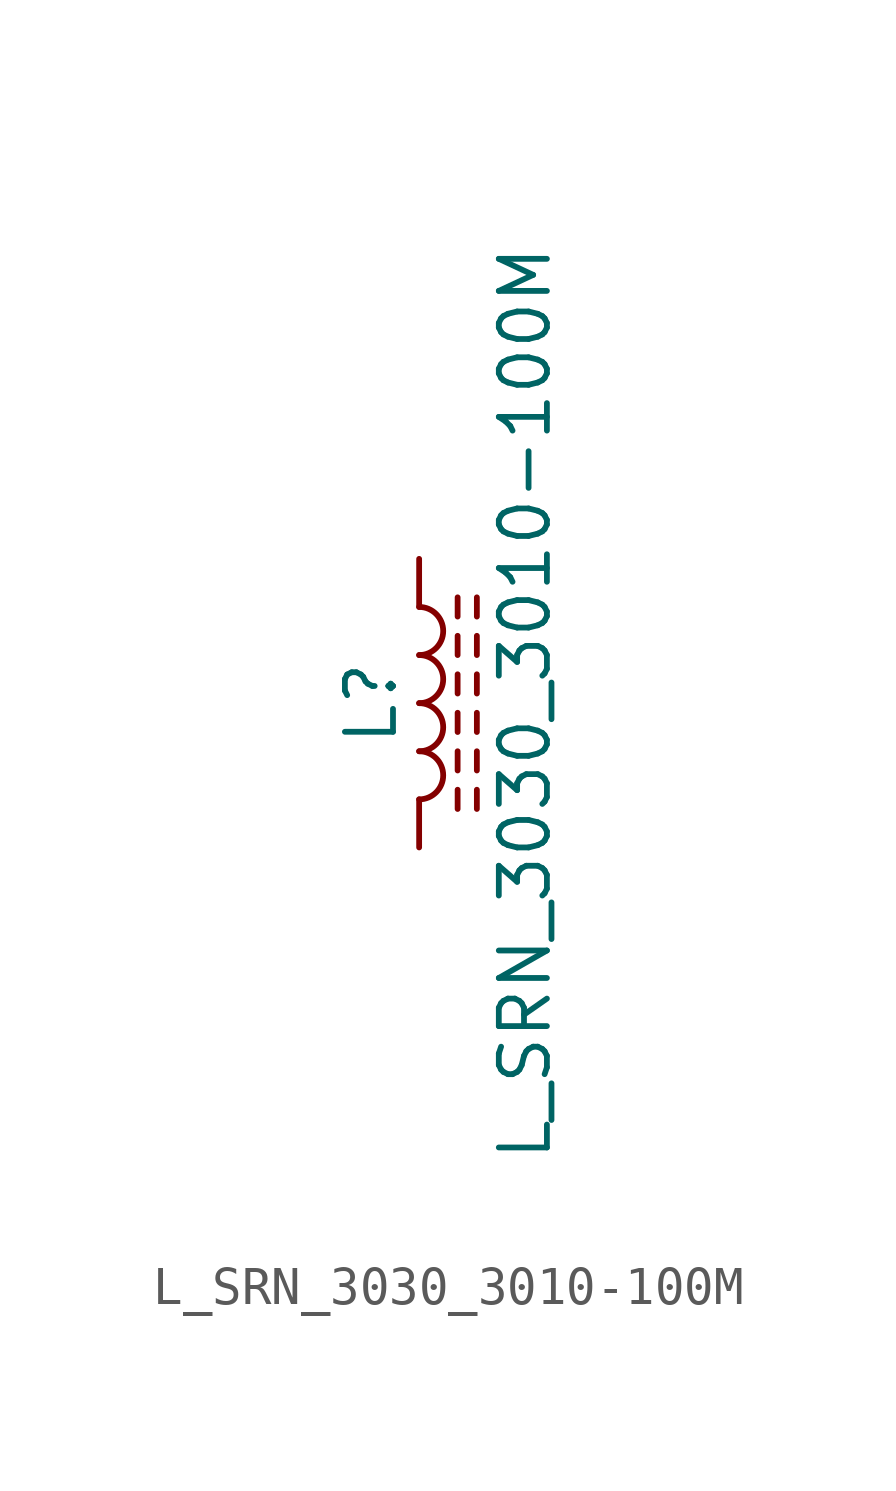
<source format=kicad_sym>
(kicad_symbol_lib
  (version 20211014)
  (generator kicad_symbol_editor)
  (symbol "L_SRN_3030_3010-100M"
    (pin_numbers hide)
    (pin_names
      (offset 1.016) hide)
    (property "Reference" "L"
      (at -1.27 0 90)
      (effects (font (size 1.27 1.27))))
    (property "Value" "L_SRN_3030_3010-100M"
      (at 2.794 0 90)
      (effects (font (size 1.27 1.27))))
    (symbol "L_SRN_3030_3010-100M_0_1"
      (arc (start 0 -2.54) (mid 0.635 -1.905) (end 0 -1.27) (stroke (width 0) (type default) (color 0 0 0 0)) (fill (type none)))
      (arc (start 0 -1.27) (mid 0.635 -0.635) (end 0 0) (stroke (width 0) (type default) (color 0 0 0 0)) (fill (type none)))
      (polyline (pts (xy 1.016 -2.794) (xy 1.016 -2.286)) (stroke (width 0) (type default) (color 0 0 0 0)) (fill (type none)))
      (polyline (pts (xy 1.016 -1.778) (xy 1.016 -1.27)) (stroke (width 0) (type default) (color 0 0 0 0)) (fill (type none)))
      (polyline (pts (xy 1.016 -0.762) (xy 1.016 -0.254)) (stroke (width 0) (type default) (color 0 0 0 0)) (fill (type none)))
      (polyline (pts (xy 1.016 0.254) (xy 1.016 0.762)) (stroke (width 0) (type default) (color 0 0 0 0)) (fill (type none)))
      (polyline (pts (xy 1.016 1.27) (xy 1.016 1.778)) (stroke (width 0) (type default) (color 0 0 0 0)) (fill (type none)))
      (polyline (pts (xy 1.016 2.286) (xy 1.016 2.794)) (stroke (width 0) (type default) (color 0 0 0 0)) (fill (type none)))
      (polyline (pts (xy 1.524 -2.286) (xy 1.524 -2.794)) (stroke (width 0) (type default) (color 0 0 0 0)) (fill (type none)))
      (polyline (pts (xy 1.524 -1.27) (xy 1.524 -1.778)) (stroke (width 0) (type default) (color 0 0 0 0)) (fill (type none)))
      (polyline (pts (xy 1.524 -0.254) (xy 1.524 -0.762)) (stroke (width 0) (type default) (color 0 0 0 0)) (fill (type none)))
      (polyline (pts (xy 1.524 0.762) (xy 1.524 0.254)) (stroke (width 0) (type default) (color 0 0 0 0)) (fill (type none)))
      (polyline (pts (xy 1.524 1.778) (xy 1.524 1.27)) (stroke (width 0) (type default) (color 0 0 0 0)) (fill (type none)))
      (polyline (pts (xy 1.524 2.794) (xy 1.524 2.286)) (stroke (width 0) (type default) (color 0 0 0 0)) (fill (type none)))
      (arc (start 0 0) (mid 0.635 0.635) (end 0 1.27) (stroke (width 0) (type default) (color 0 0 0 0)) (fill (type none)))
      (arc (start 0 1.27) (mid 0.635 1.905) (end 0 2.54) (stroke (width 0) (type default) (color 0 0 0 0)) (fill (type none))))
    (symbol "L_SRN_3030_3010-100M_1_1"
      (pin passive line (at 0 3.81 270) (length 1.27) (name "1" (effects (font (size 1.27 1.27)))) (number "1" (effects (font (size 1.27 1.27)))))
      (pin passive line (at 0 -3.81 90) (length 1.27) (name "2" (effects (font (size 1.27 1.27)))) (number "2" (effects (font (size 1.27 1.27))))))))
</source>
